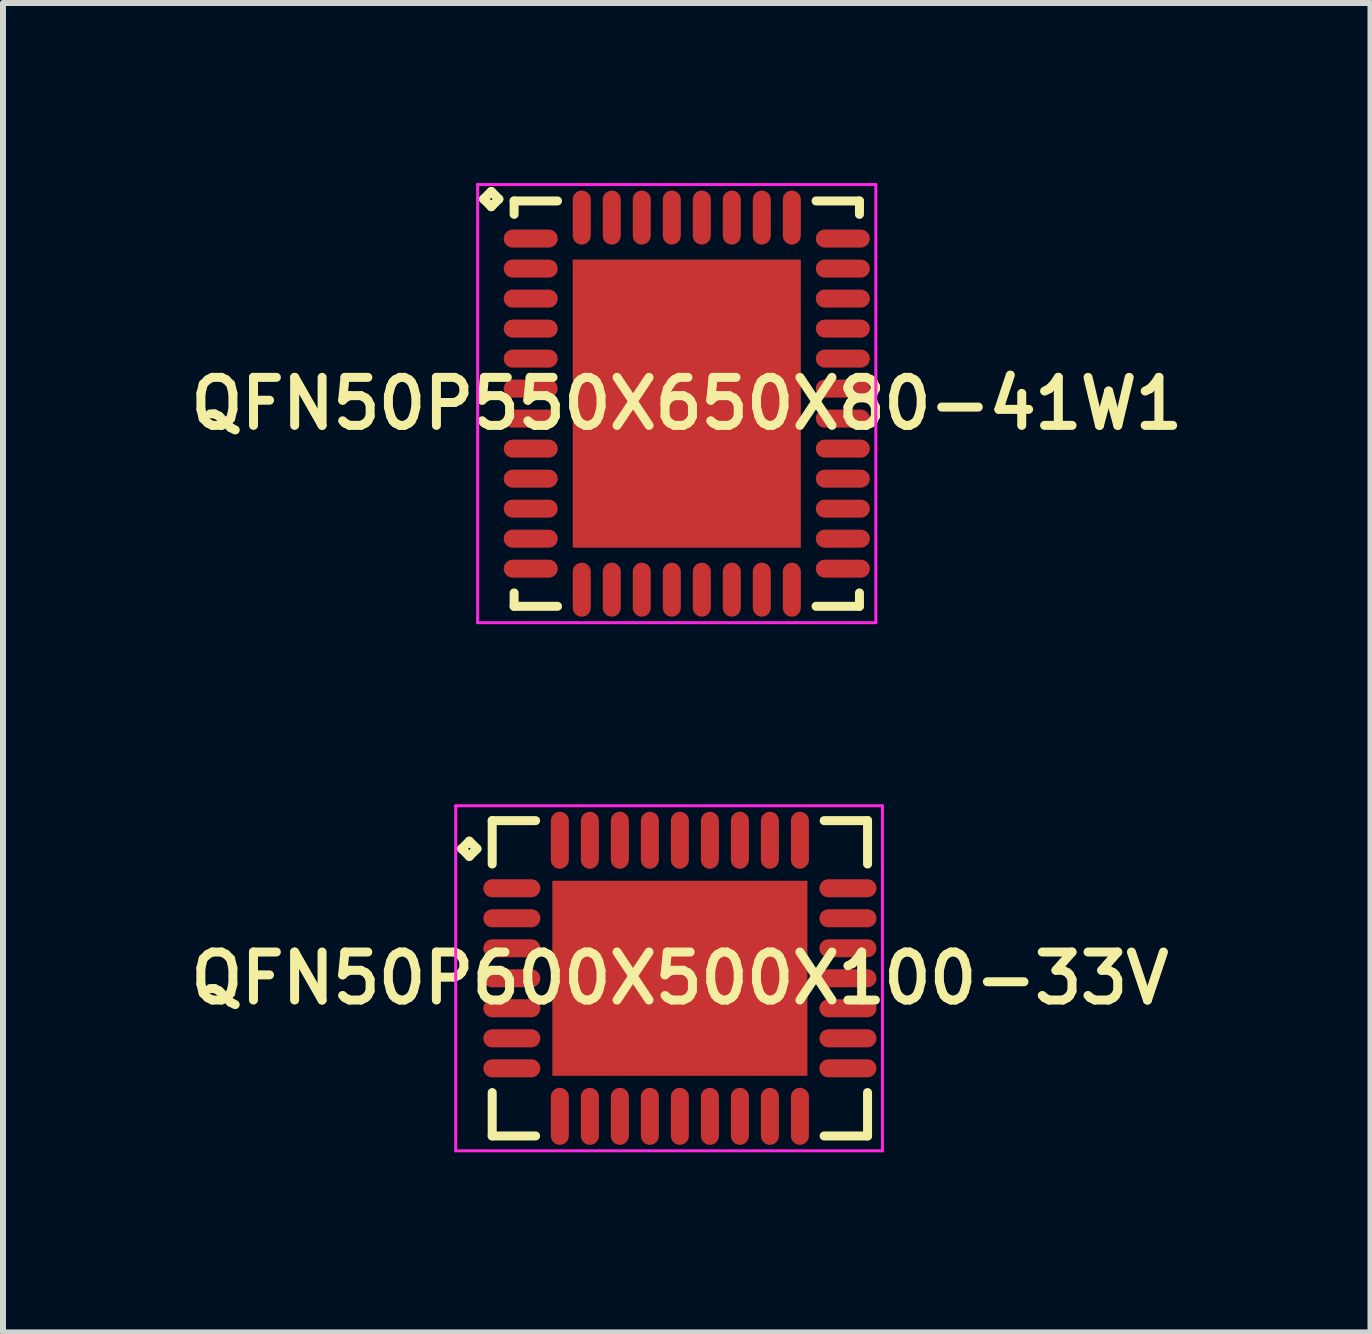
<source format=kicad_pcb>
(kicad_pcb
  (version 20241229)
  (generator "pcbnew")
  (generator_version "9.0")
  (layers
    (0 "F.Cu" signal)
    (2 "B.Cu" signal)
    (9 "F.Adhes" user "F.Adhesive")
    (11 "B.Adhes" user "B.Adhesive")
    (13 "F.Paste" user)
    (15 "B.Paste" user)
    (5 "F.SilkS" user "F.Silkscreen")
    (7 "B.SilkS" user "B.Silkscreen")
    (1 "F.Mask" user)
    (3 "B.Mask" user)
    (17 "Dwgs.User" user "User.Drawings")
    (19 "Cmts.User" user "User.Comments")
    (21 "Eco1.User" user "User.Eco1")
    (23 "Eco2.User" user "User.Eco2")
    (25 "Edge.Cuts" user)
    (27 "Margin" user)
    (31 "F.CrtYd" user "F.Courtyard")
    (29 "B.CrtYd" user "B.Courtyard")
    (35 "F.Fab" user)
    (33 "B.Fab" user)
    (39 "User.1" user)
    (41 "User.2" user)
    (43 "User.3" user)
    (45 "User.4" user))
  (footprint "QFN50P550X650X80-41W1"
    (layer "F.Cu")
    (at 8.393 3.675)
    (property "Reference" "QFN50P550X650X80-41W1" (at 0 0 0) (layer "F.SilkS") (effects (font (size 0.8 0.8) (thickness 0.15))))
    (attr smd)
    (fp_line (start -3.385 -3.408) (end -3.258 -3.535) (stroke (width 0.15) (type solid)) (layer "F.SilkS"))
    (fp_line (start -3.258 -3.535) (end -3.131 -3.408) (stroke (width 0.15) (type solid)) (layer "F.SilkS"))
    (fp_line (start -3.258 -3.281) (end -3.385 -3.408) (stroke (width 0.15) (type solid)) (layer "F.SilkS"))
    (fp_line (start -3.131 -3.408) (end -3.258 -3.281) (stroke (width 0.15) (type solid)) (layer "F.SilkS"))
    (fp_line (start -2.877 -3.377) (end -2.154 -3.377) (stroke (width 0.15) (type solid)) (layer "F.SilkS"))
    (fp_line (start -2.877 -3.154) (end -2.877 -3.377) (stroke (width 0.15) (type solid)) (layer "F.SilkS"))
    (fp_line (start -2.877 3.154) (end -2.877 3.377) (stroke (width 0.15) (type solid)) (layer "F.SilkS"))
    (fp_line (start -2.877 3.377) (end -2.154 3.377) (stroke (width 0.15) (type solid)) (layer "F.SilkS"))
    (fp_line (start 2.154 -3.377) (end 2.877 -3.377) (stroke (width 0.15) (type solid)) (layer "F.SilkS"))
    (fp_line (start 2.154 3.377) (end 2.877 3.377) (stroke (width 0.15) (type solid)) (layer "F.SilkS"))
    (fp_line (start 2.877 -3.377) (end 2.877 -3.154) (stroke (width 0.15) (type solid)) (layer "F.SilkS"))
    (fp_line (start 2.877 3.377) (end 2.877 3.154) (stroke (width 0.15) (type solid)) (layer "F.SilkS"))
    (fp_line (start -3.485 -3.65) (end 3.15 -3.65) (stroke (width 0.05) (type solid)) (layer "F.CrtYd"))
    (fp_line (start -3.485 3.65) (end -3.485 -3.65) (stroke (width 0.05) (type solid)) (layer "F.CrtYd"))
    (fp_line (start 3.15 -3.65) (end 3.15 3.65) (stroke (width 0.05) (type solid)) (layer "F.CrtYd"))
    (fp_line (start 3.15 3.65) (end -3.485 3.65) (stroke (width 0.05) (type solid)) (layer "F.CrtYd"))
    (pad "1" smd oval (at -2.6 -2.75) (size 0.9 0.3) (layers "F.Cu" "F.Mask" "F.Paste"))
    (pad "2" smd oval (at -2.6 -2.25) (size 0.9 0.3) (layers "F.Cu" "F.Mask" "F.Paste"))
    (pad "3" smd oval (at -2.6 -1.75) (size 0.9 0.3) (layers "F.Cu" "F.Mask" "F.Paste"))
    (pad "4" smd oval (at -2.6 -1.25) (size 0.9 0.3) (layers "F.Cu" "F.Mask" "F.Paste"))
    (pad "5" smd oval (at -2.6 -0.75) (size 0.9 0.3) (layers "F.Cu" "F.Mask" "F.Paste"))
    (pad "6" smd oval (at -2.6 -0.25) (size 0.9 0.3) (layers "F.Cu" "F.Mask" "F.Paste"))
    (pad "7" smd oval (at -2.6 0.25) (size 0.9 0.3) (layers "F.Cu" "F.Mask" "F.Paste"))
    (pad "8" smd oval (at -2.6 0.75) (size 0.9 0.3) (layers "F.Cu" "F.Mask" "F.Paste"))
    (pad "9" smd oval (at -2.6 1.25) (size 0.9 0.3) (layers "F.Cu" "F.Mask" "F.Paste"))
    (pad "10" smd oval (at -2.6 1.75) (size 0.9 0.3) (layers "F.Cu" "F.Mask" "F.Paste"))
    (pad "11" smd oval (at -2.6 2.25) (size 0.9 0.3) (layers "F.Cu" "F.Mask" "F.Paste"))
    (pad "12" smd oval (at -2.6 2.75) (size 0.9 0.3) (layers "F.Cu" "F.Mask" "F.Paste"))
    (pad "13" smd oval (at -1.75 3.1) (size 0.3 0.9) (layers "F.Cu" "F.Mask" "F.Paste"))
    (pad "14" smd oval (at -1.25 3.1) (size 0.3 0.9) (layers "F.Cu" "F.Mask" "F.Paste"))
    (pad "15" smd oval (at -0.75 3.1) (size 0.3 0.9) (layers "F.Cu" "F.Mask" "F.Paste"))
    (pad "16" smd oval (at -0.25 3.1) (size 0.3 0.9) (layers "F.Cu" "F.Mask" "F.Paste"))
    (pad "17" smd oval (at 0.25 3.1) (size 0.3 0.9) (layers "F.Cu" "F.Mask" "F.Paste"))
    (pad "18" smd oval (at 0.75 3.1) (size 0.3 0.9) (layers "F.Cu" "F.Mask" "F.Paste"))
    (pad "19" smd oval (at 1.25 3.1) (size 0.3 0.9) (layers "F.Cu" "F.Mask" "F.Paste"))
    (pad "20" smd oval (at 1.75 3.1) (size 0.3 0.9) (layers "F.Cu" "F.Mask" "F.Paste"))
    (pad "21" smd oval (at 2.6 2.75) (size 0.9 0.3) (layers "F.Cu" "F.Mask" "F.Paste"))
    (pad "22" smd oval (at 2.6 2.25) (size 0.9 0.3) (layers "F.Cu" "F.Mask" "F.Paste"))
    (pad "23" smd oval (at 2.6 1.75) (size 0.9 0.3) (layers "F.Cu" "F.Mask" "F.Paste"))
    (pad "24" smd oval (at 2.6 1.25) (size 0.9 0.3) (layers "F.Cu" "F.Mask" "F.Paste"))
    (pad "25" smd oval (at 2.6 0.75) (size 0.9 0.3) (layers "F.Cu" "F.Mask" "F.Paste"))
    (pad "26" smd oval (at 2.6 0.25) (size 0.9 0.3) (layers "F.Cu" "F.Mask" "F.Paste"))
    (pad "27" smd oval (at 2.6 -0.25) (size 0.9 0.3) (layers "F.Cu" "F.Mask" "F.Paste"))
    (pad "28" smd oval (at 2.6 -0.75) (size 0.9 0.3) (layers "F.Cu" "F.Mask" "F.Paste"))
    (pad "29" smd oval (at 2.6 -1.25) (size 0.9 0.3) (layers "F.Cu" "F.Mask" "F.Paste"))
    (pad "30" smd oval (at 2.6 -1.75) (size 0.9 0.3) (layers "F.Cu" "F.Mask" "F.Paste"))
    (pad "31" smd oval (at 2.6 -2.25) (size 0.9 0.3) (layers "F.Cu" "F.Mask" "F.Paste"))
    (pad "32" smd oval (at 2.6 -2.75) (size 0.9 0.3) (layers "F.Cu" "F.Mask" "F.Paste"))
    (pad "33" smd oval (at 1.75 -3.1) (size 0.3 0.9) (layers "F.Cu" "F.Mask" "F.Paste"))
    (pad "34" smd oval (at 1.25 -3.1) (size 0.3 0.9) (layers "F.Cu" "F.Mask" "F.Paste"))
    (pad "35" smd oval (at 0.75 -3.1) (size 0.3 0.9) (layers "F.Cu" "F.Mask" "F.Paste"))
    (pad "36" smd oval (at 0.25 -3.1) (size 0.3 0.9) (layers "F.Cu" "F.Mask" "F.Paste"))
    (pad "37" smd oval (at -0.25 -3.1) (size 0.3 0.9) (layers "F.Cu" "F.Mask" "F.Paste"))
    (pad "38" smd oval (at -0.75 -3.1) (size 0.3 0.9) (layers "F.Cu" "F.Mask" "F.Paste"))
    (pad "39" smd oval (at -1.25 -3.1) (size 0.3 0.9) (layers "F.Cu" "F.Mask" "F.Paste"))
    (pad "40" smd oval (at -1.75 -3.1) (size 0.3 0.9) (layers "F.Cu" "F.Mask" "F.Paste"))
    (pad "41" smd rect (at 0 0) (size 3.8 4.8) (layers "F.Cu" "F.Mask" "F.Paste")))
  (footprint "QFN50P600X500X100-33V"
    (layer "F.Cu")
    (at 8.278 13.25)
    (property "Reference" "QFN50P600X500X100-33V" (at 0 0 0) (layer "F.SilkS") (effects (font (size 0.8 0.8) (thickness 0.15))))
    (attr smd)
    (fp_line (start -3.635 -2.158) (end -3.508 -2.285) (stroke (width 0.15) (type solid)) (layer "F.SilkS"))
    (fp_line (start -3.508 -2.285) (end -3.381 -2.158) (stroke (width 0.15) (type solid)) (layer "F.SilkS"))
    (fp_line (start -3.508 -2.031) (end -3.635 -2.158) (stroke (width 0.15) (type solid)) (layer "F.SilkS"))
    (fp_line (start -3.381 -2.158) (end -3.508 -2.031) (stroke (width 0.15) (type solid)) (layer "F.SilkS"))
    (fp_line (start -3.127 -2.627) (end -2.404 -2.627) (stroke (width 0.15) (type solid)) (layer "F.SilkS"))
    (fp_line (start -3.127 -1.904) (end -3.127 -2.627) (stroke (width 0.15) (type solid)) (layer "F.SilkS"))
    (fp_line (start -3.127 1.904) (end -3.127 2.627) (stroke (width 0.15) (type solid)) (layer "F.SilkS"))
    (fp_line (start -3.127 2.627) (end -2.404 2.627) (stroke (width 0.15) (type solid)) (layer "F.SilkS"))
    (fp_line (start 2.404 -2.627) (end 3.127 -2.627) (stroke (width 0.15) (type solid)) (layer "F.SilkS"))
    (fp_line (start 2.404 2.627) (end 3.127 2.627) (stroke (width 0.15) (type solid)) (layer "F.SilkS"))
    (fp_line (start 3.127 -2.627) (end 3.127 -1.904) (stroke (width 0.15) (type solid)) (layer "F.SilkS"))
    (fp_line (start 3.127 2.627) (end 3.127 1.904) (stroke (width 0.15) (type solid)) (layer "F.SilkS"))
    (fp_line (start -3.735 -2.875) (end 3.375 -2.875) (stroke (width 0.05) (type solid)) (layer "F.CrtYd"))
    (fp_line (start -3.735 2.875) (end -3.735 -2.875) (stroke (width 0.05) (type solid)) (layer "F.CrtYd"))
    (fp_line (start 3.375 -2.875) (end 3.375 2.875) (stroke (width 0.05) (type solid)) (layer "F.CrtYd"))
    (fp_line (start 3.375 2.875) (end -3.735 2.875) (stroke (width 0.05) (type solid)) (layer "F.CrtYd"))
    (pad "1" smd oval (at -2.8 -1.5) (size 0.95 0.3) (layers "F.Cu" "F.Mask" "F.Paste"))
    (pad "2" smd oval (at -2.8 -1) (size 0.95 0.3) (layers "F.Cu" "F.Mask" "F.Paste"))
    (pad "3" smd oval (at -2.8 -0.5) (size 0.95 0.3) (layers "F.Cu" "F.Mask" "F.Paste"))
    (pad "4" smd oval (at -2.8 0) (size 0.95 0.3) (layers "F.Cu" "F.Mask" "F.Paste"))
    (pad "5" smd oval (at -2.8 0.5) (size 0.95 0.3) (layers "F.Cu" "F.Mask" "F.Paste"))
    (pad "6" smd oval (at -2.8 1) (size 0.95 0.3) (layers "F.Cu" "F.Mask" "F.Paste"))
    (pad "7" smd oval (at -2.8 1.5) (size 0.95 0.3) (layers "F.Cu" "F.Mask" "F.Paste"))
    (pad "8" smd oval (at -2 2.3) (size 0.3 0.95) (layers "F.Cu" "F.Mask" "F.Paste"))
    (pad "9" smd oval (at -1.5 2.3) (size 0.3 0.95) (layers "F.Cu" "F.Mask" "F.Paste"))
    (pad "10" smd oval (at -1 2.3) (size 0.3 0.95) (layers "F.Cu" "F.Mask" "F.Paste"))
    (pad "11" smd oval (at -0.5 2.3) (size 0.3 0.95) (layers "F.Cu" "F.Mask" "F.Paste"))
    (pad "12" smd oval (at 0 2.3) (size 0.3 0.95) (layers "F.Cu" "F.Mask" "F.Paste"))
    (pad "13" smd oval (at 0.5 2.3) (size 0.3 0.95) (layers "F.Cu" "F.Mask" "F.Paste"))
    (pad "14" smd oval (at 1 2.3) (size 0.3 0.95) (layers "F.Cu" "F.Mask" "F.Paste"))
    (pad "15" smd oval (at 1.5 2.3) (size 0.3 0.95) (layers "F.Cu" "F.Mask" "F.Paste"))
    (pad "16" smd oval (at 2 2.3) (size 0.3 0.95) (layers "F.Cu" "F.Mask" "F.Paste"))
    (pad "17" smd oval (at 2.8 1.5) (size 0.95 0.3) (layers "F.Cu" "F.Mask" "F.Paste"))
    (pad "18" smd oval (at 2.8 1) (size 0.95 0.3) (layers "F.Cu" "F.Mask" "F.Paste"))
    (pad "19" smd oval (at 2.8 0.5) (size 0.95 0.3) (layers "F.Cu" "F.Mask" "F.Paste"))
    (pad "20" smd oval (at 2.8 0) (size 0.95 0.3) (layers "F.Cu" "F.Mask" "F.Paste"))
    (pad "21" smd oval (at 2.8 -0.5) (size 0.95 0.3) (layers "F.Cu" "F.Mask" "F.Paste"))
    (pad "22" smd oval (at 2.8 -1) (size 0.95 0.3) (layers "F.Cu" "F.Mask" "F.Paste"))
    (pad "23" smd oval (at 2.8 -1.5) (size 0.95 0.3) (layers "F.Cu" "F.Mask" "F.Paste"))
    (pad "24" smd oval (at 2 -2.3) (size 0.3 0.95) (layers "F.Cu" "F.Mask" "F.Paste"))
    (pad "25" smd oval (at 1.5 -2.3) (size 0.3 0.95) (layers "F.Cu" "F.Mask" "F.Paste"))
    (pad "26" smd oval (at 1 -2.3) (size 0.3 0.95) (layers "F.Cu" "F.Mask" "F.Paste"))
    (pad "27" smd oval (at 0.5 -2.3) (size 0.3 0.95) (layers "F.Cu" "F.Mask" "F.Paste"))
    (pad "28" smd oval (at 0 -2.3) (size 0.3 0.95) (layers "F.Cu" "F.Mask" "F.Paste"))
    (pad "29" smd oval (at -0.5 -2.3) (size 0.3 0.95) (layers "F.Cu" "F.Mask" "F.Paste"))
    (pad "30" smd oval (at -1 -2.3) (size 0.3 0.95) (layers "F.Cu" "F.Mask" "F.Paste"))
    (pad "31" smd oval (at -1.5 -2.3) (size 0.3 0.95) (layers "F.Cu" "F.Mask" "F.Paste"))
    (pad "32" smd oval (at -2 -2.3) (size 0.3 0.95) (layers "F.Cu" "F.Mask" "F.Paste"))
    (pad "33" smd rect (at 0 0) (size 4.25 3.25) (layers "F.Cu" "F.Mask" "F.Paste")))
  (gr_rect
    (start -3 -3)
    (end 19.785 19.15)
    (stroke (width 0.1) (type default))
    (fill no)
    (layer "Edge.Cuts")))
</source>
